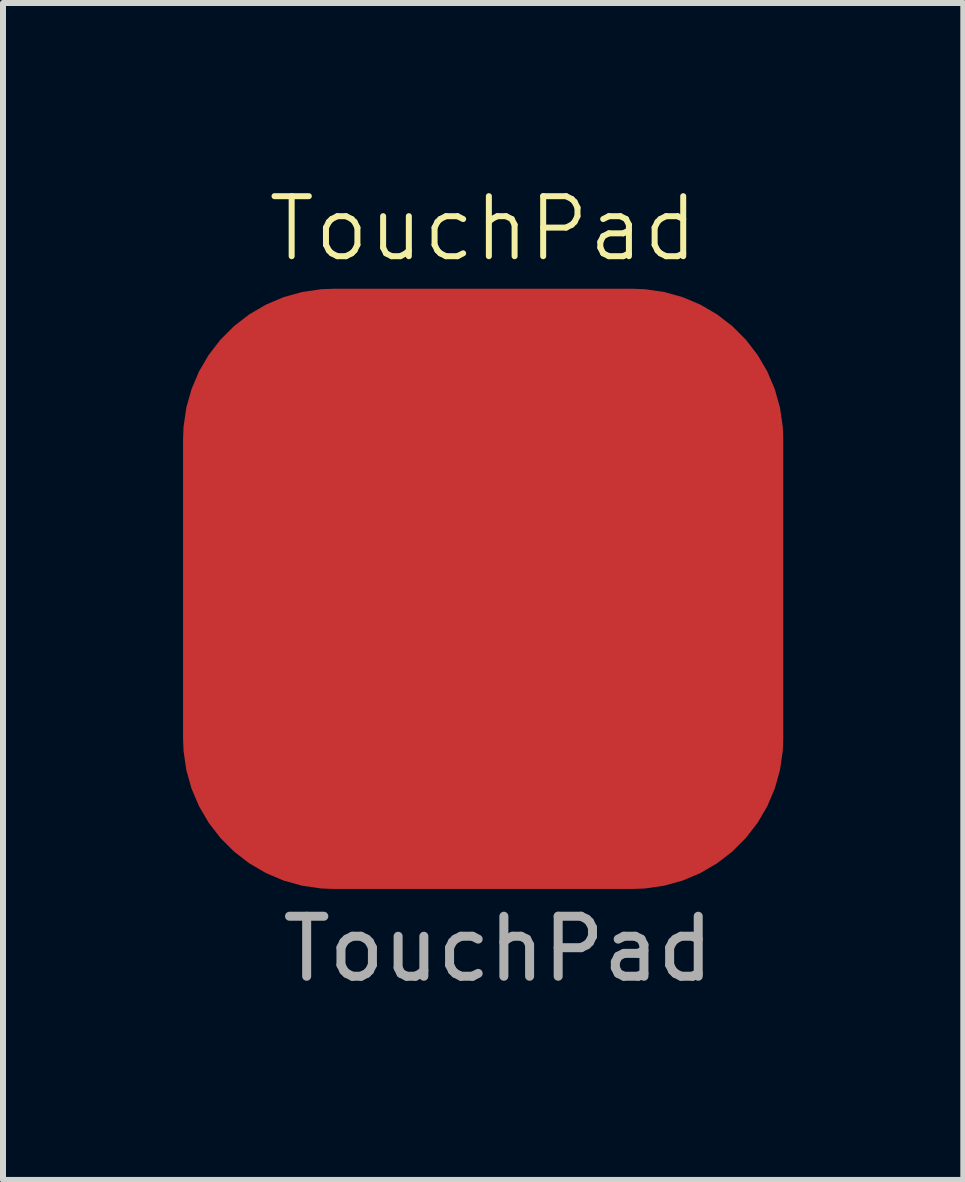
<source format=kicad_pcb>
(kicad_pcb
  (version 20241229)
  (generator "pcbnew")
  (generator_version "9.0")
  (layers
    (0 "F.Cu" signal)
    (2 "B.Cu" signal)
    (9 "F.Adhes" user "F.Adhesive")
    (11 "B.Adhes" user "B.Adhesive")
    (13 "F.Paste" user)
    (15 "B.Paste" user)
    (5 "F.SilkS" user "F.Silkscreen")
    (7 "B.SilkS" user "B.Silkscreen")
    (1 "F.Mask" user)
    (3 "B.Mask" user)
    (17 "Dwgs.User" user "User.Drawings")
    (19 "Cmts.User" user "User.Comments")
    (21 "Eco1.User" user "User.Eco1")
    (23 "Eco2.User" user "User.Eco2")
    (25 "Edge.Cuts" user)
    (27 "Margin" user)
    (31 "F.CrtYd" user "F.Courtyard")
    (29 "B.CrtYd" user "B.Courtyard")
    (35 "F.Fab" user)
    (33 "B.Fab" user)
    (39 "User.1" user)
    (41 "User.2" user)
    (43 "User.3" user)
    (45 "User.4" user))
  (footprint "TouchPad"
    (layer "F.Cu")
    (at 5 6.761)
    (property "Reference" "TouchPad" (at 0 -6 0) (unlocked yes) (layer "F.SilkS") (effects (font (size 1 1) (thickness 0.1))))
    (attr smd)
    (fp_text user "${REFERENCE}" (at 0.25 6 0) (unlocked yes) (layer "F.Fab") (effects (font (size 1 1) (thickness 0.15))))
    (pad "1" smd roundrect (at 0 0) (size 10 10) (layers "F.Cu" "F.Mask" "F.Paste") (roundrect_rratio 0.25)))
  (gr_rect
    (start -3 -3)
    (end 13 16.609)
    (stroke (width 0.1) (type default))
    (fill no)
    (layer "Edge.Cuts")))
</source>
